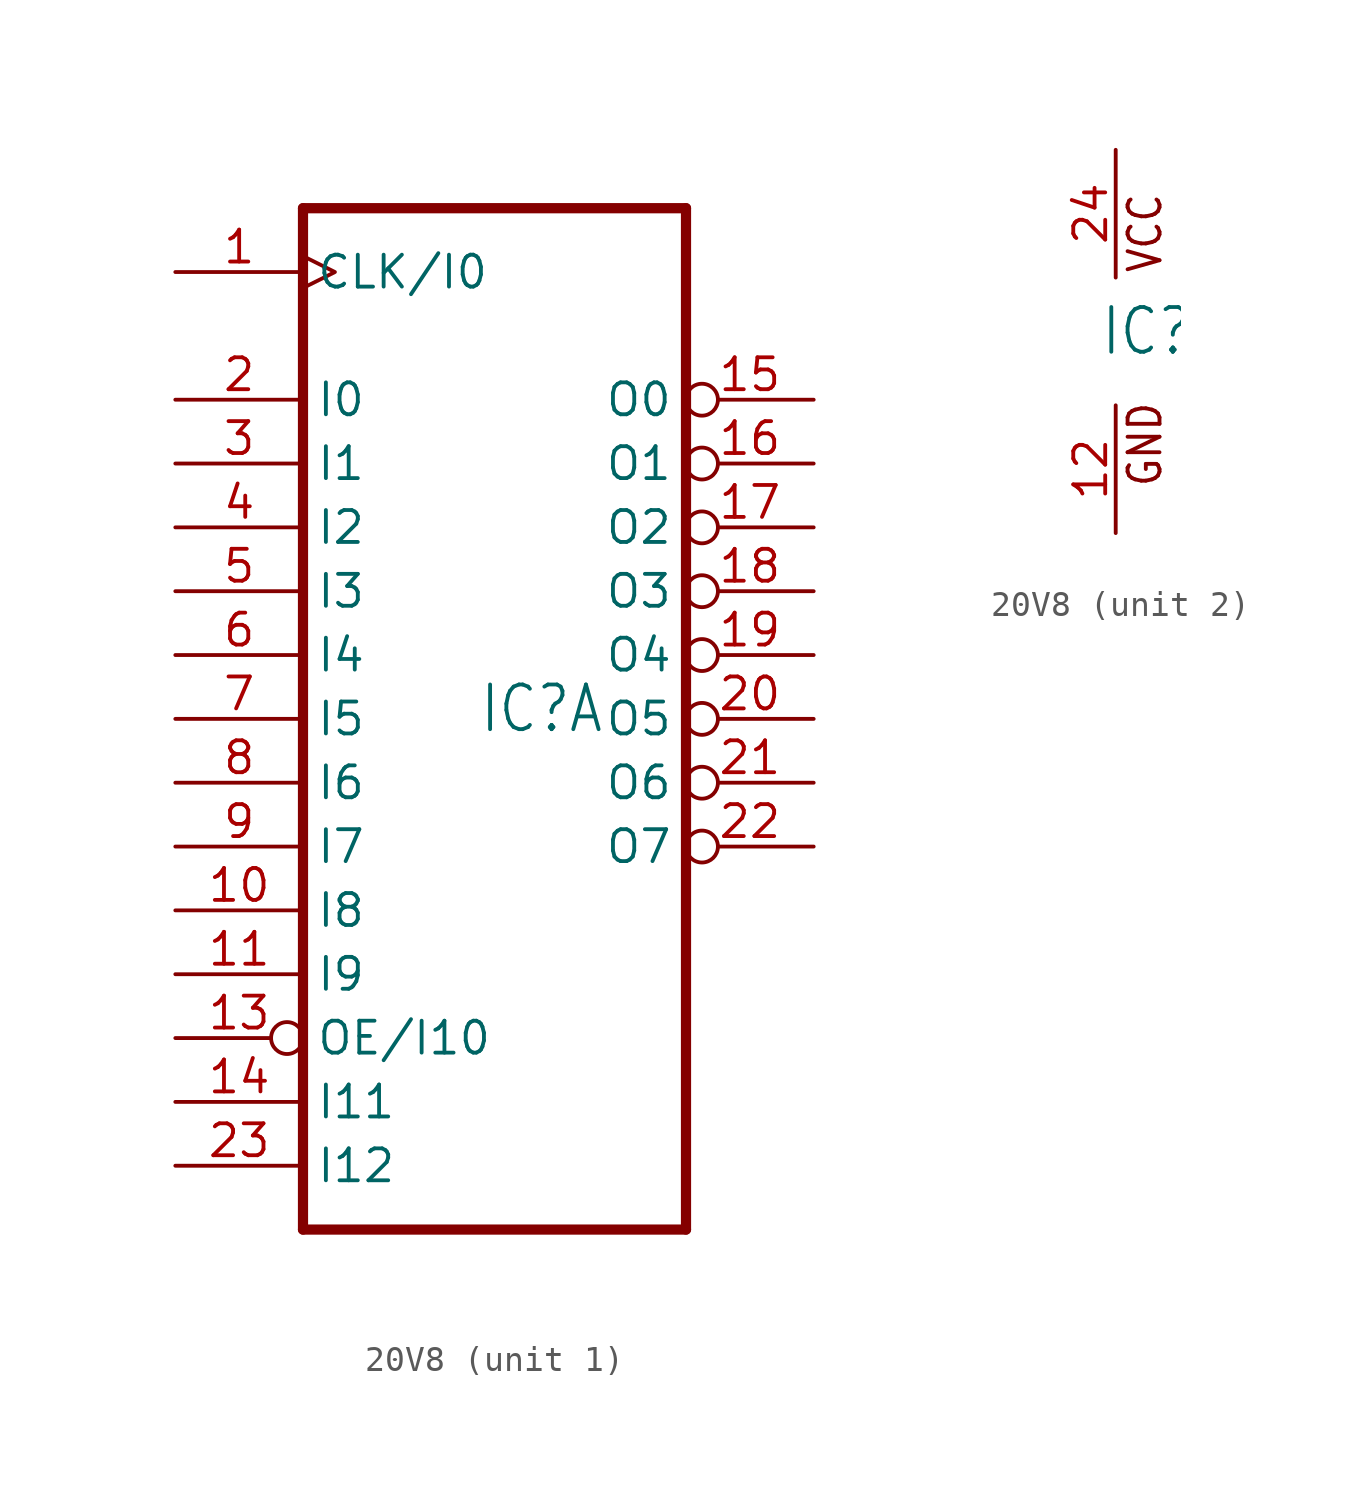
<source format=kicad_sym>
(kicad_symbol_lib
  (version 20211014)
  (generator kicad_symbol_editor)
  (symbol "20V8"
    (property "Reference" "IC"
      (at -0.635 -0.635 0)
      (effects (font (size 1.778 1.511)) (justify left bottom)))
    (property "ki_locked" ""
      (at 0 0 0)
      (effects (font (size 1.27 1.27))))
    (symbol "20V8_1_0"
      (polyline (pts (xy -7.62 20.32) (xy -7.62 -20.32)) (stroke (width 0.406) (type default) (color 0 0 0 0)) (fill (type none)))
      (polyline (pts (xy -7.62 20.32) (xy 7.62 20.32)) (stroke (width 0.406) (type default) (color 0 0 0 0)) (fill (type none)))
      (polyline (pts (xy 7.62 -20.32) (xy -7.62 -20.32)) (stroke (width 0.406) (type default) (color 0 0 0 0)) (fill (type none)))
      (polyline (pts (xy 7.62 -20.32) (xy 7.62 20.32)) (stroke (width 0.406) (type default) (color 0 0 0 0)) (fill (type none)))
      (pin input clock (at -12.7 17.78 0) (length 5.08) (name "CLK/I0" (effects (font (size 1.27 1.27)))) (number "1" (effects (font (size 1.27 1.27)))))
      (pin input line (at -12.7 -7.62 0) (length 5.08) (name "I8" (effects (font (size 1.27 1.27)))) (number "10" (effects (font (size 1.27 1.27)))))
      (pin input line (at -12.7 -10.16 0) (length 5.08) (name "I9" (effects (font (size 1.27 1.27)))) (number "11" (effects (font (size 1.27 1.27)))))
      (pin input inverted (at -12.7 -12.7 0) (length 5.08) (name "OE/I10" (effects (font (size 1.27 1.27)))) (number "13" (effects (font (size 1.27 1.27)))))
      (pin input line (at -12.7 -15.24 0) (length 5.08) (name "I11" (effects (font (size 1.27 1.27)))) (number "14" (effects (font (size 1.27 1.27)))))
      (pin bidirectional inverted (at 12.7 12.7 180) (length 5.08) (name "O0" (effects (font (size 1.27 1.27)))) (number "15" (effects (font (size 1.27 1.27)))))
      (pin bidirectional inverted (at 12.7 10.16 180) (length 5.08) (name "O1" (effects (font (size 1.27 1.27)))) (number "16" (effects (font (size 1.27 1.27)))))
      (pin bidirectional inverted (at 12.7 7.62 180) (length 5.08) (name "O2" (effects (font (size 1.27 1.27)))) (number "17" (effects (font (size 1.27 1.27)))))
      (pin bidirectional inverted (at 12.7 5.08 180) (length 5.08) (name "O3" (effects (font (size 1.27 1.27)))) (number "18" (effects (font (size 1.27 1.27)))))
      (pin bidirectional inverted (at 12.7 2.54 180) (length 5.08) (name "O4" (effects (font (size 1.27 1.27)))) (number "19" (effects (font (size 1.27 1.27)))))
      (pin input line (at -12.7 12.7 0) (length 5.08) (name "I0" (effects (font (size 1.27 1.27)))) (number "2" (effects (font (size 1.27 1.27)))))
      (pin bidirectional inverted (at 12.7 0 180) (length 5.08) (name "O5" (effects (font (size 1.27 1.27)))) (number "20" (effects (font (size 1.27 1.27)))))
      (pin bidirectional inverted (at 12.7 -2.54 180) (length 5.08) (name "O6" (effects (font (size 1.27 1.27)))) (number "21" (effects (font (size 1.27 1.27)))))
      (pin bidirectional inverted (at 12.7 -5.08 180) (length 5.08) (name "O7" (effects (font (size 1.27 1.27)))) (number "22" (effects (font (size 1.27 1.27)))))
      (pin input line (at -12.7 -17.78 0) (length 5.08) (name "I12" (effects (font (size 1.27 1.27)))) (number "23" (effects (font (size 1.27 1.27)))))
      (pin input line (at -12.7 10.16 0) (length 5.08) (name "I1" (effects (font (size 1.27 1.27)))) (number "3" (effects (font (size 1.27 1.27)))))
      (pin input line (at -12.7 7.62 0) (length 5.08) (name "I2" (effects (font (size 1.27 1.27)))) (number "4" (effects (font (size 1.27 1.27)))))
      (pin input line (at -12.7 5.08 0) (length 5.08) (name "I3" (effects (font (size 1.27 1.27)))) (number "5" (effects (font (size 1.27 1.27)))))
      (pin input line (at -12.7 2.54 0) (length 5.08) (name "I4" (effects (font (size 1.27 1.27)))) (number "6" (effects (font (size 1.27 1.27)))))
      (pin input line (at -12.7 0 0) (length 5.08) (name "I5" (effects (font (size 1.27 1.27)))) (number "7" (effects (font (size 1.27 1.27)))))
      (pin input line (at -12.7 -2.54 0) (length 5.08) (name "I6" (effects (font (size 1.27 1.27)))) (number "8" (effects (font (size 1.27 1.27)))))
      (pin input line (at -12.7 -5.08 0) (length 5.08) (name "I7" (effects (font (size 1.27 1.27)))) (number "9" (effects (font (size 1.27 1.27))))))
    (symbol "20V8_2_0"
      (text "GND" (at 1.905 -5.842 900) (effects (font (size 1.27 1.079)) (justify left bottom)))
      (text "VCC" (at 1.905 2.667 900) (effects (font (size 1.27 1.079)) (justify left bottom)))
      (pin power_in line (at 0 -7.62 90) (length 5.08) (name "GND" (effects (font (size 0 0)))) (number "12" (effects (font (size 1.27 1.27)))))
      (pin power_in line (at 0 7.62 270) (length 5.08) (name "VCC" (effects (font (size 0 0)))) (number "24" (effects (font (size 1.27 1.27))))))))
</source>
